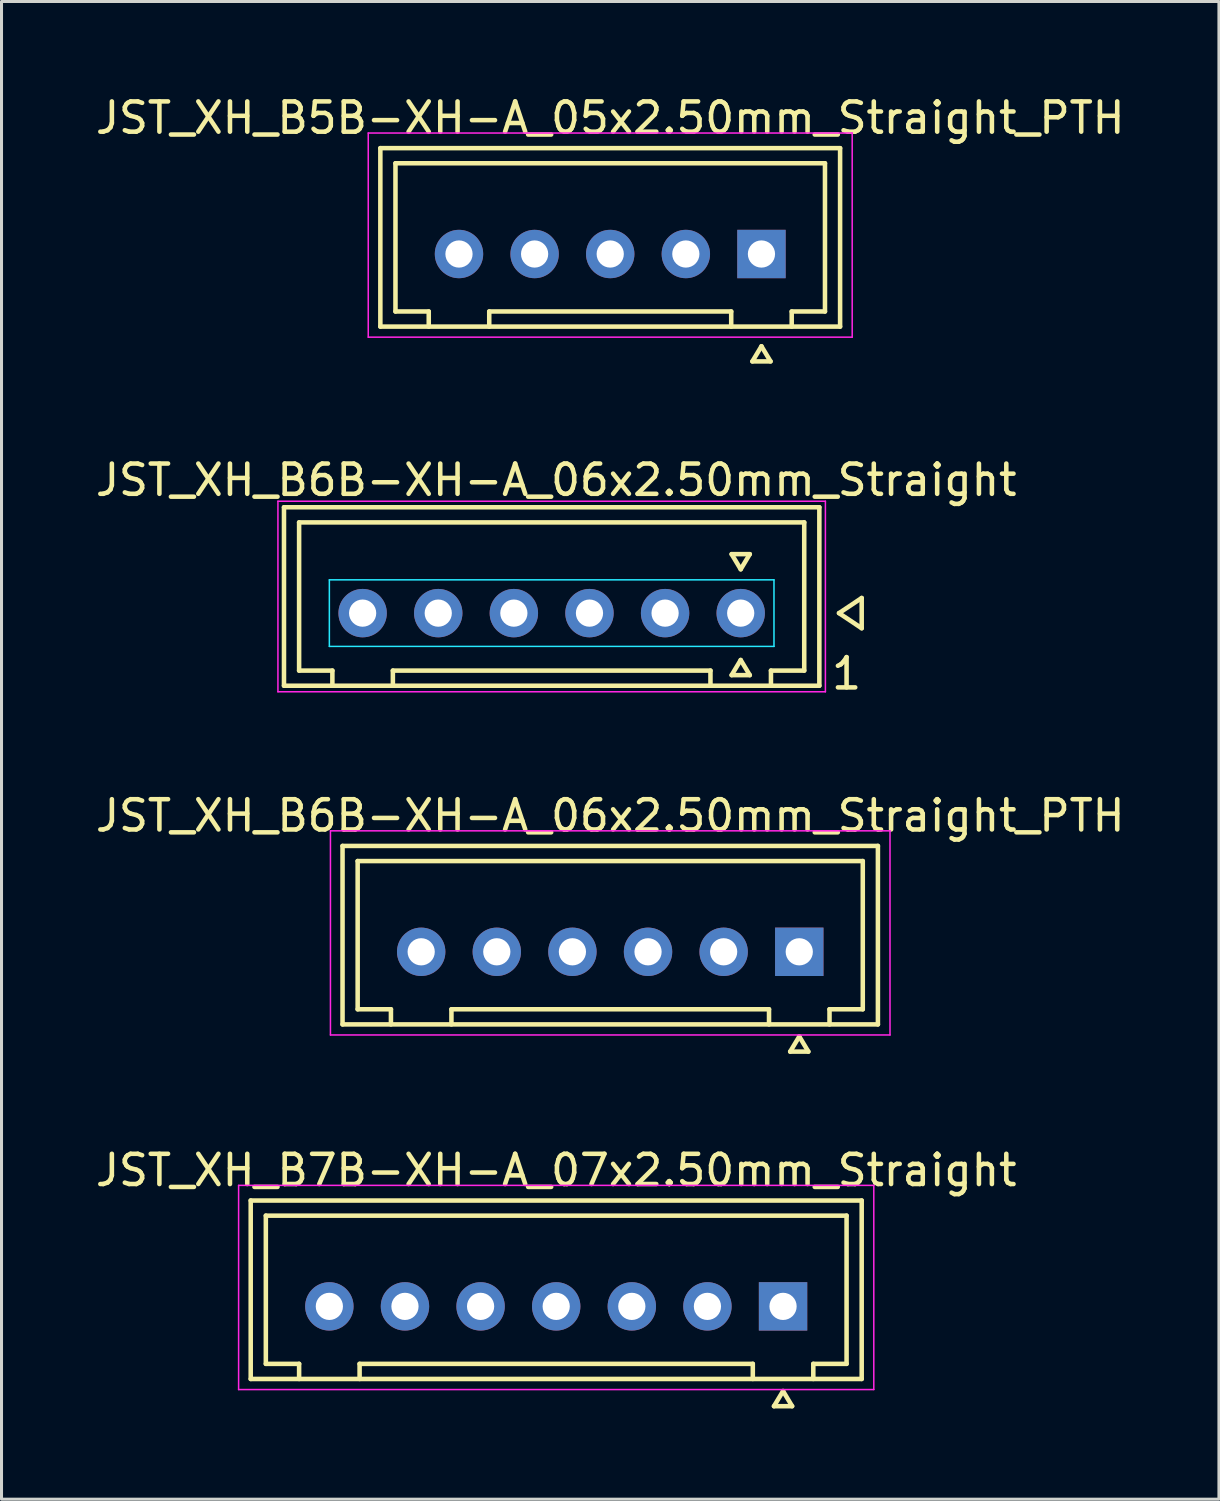
<source format=kicad_pcb>
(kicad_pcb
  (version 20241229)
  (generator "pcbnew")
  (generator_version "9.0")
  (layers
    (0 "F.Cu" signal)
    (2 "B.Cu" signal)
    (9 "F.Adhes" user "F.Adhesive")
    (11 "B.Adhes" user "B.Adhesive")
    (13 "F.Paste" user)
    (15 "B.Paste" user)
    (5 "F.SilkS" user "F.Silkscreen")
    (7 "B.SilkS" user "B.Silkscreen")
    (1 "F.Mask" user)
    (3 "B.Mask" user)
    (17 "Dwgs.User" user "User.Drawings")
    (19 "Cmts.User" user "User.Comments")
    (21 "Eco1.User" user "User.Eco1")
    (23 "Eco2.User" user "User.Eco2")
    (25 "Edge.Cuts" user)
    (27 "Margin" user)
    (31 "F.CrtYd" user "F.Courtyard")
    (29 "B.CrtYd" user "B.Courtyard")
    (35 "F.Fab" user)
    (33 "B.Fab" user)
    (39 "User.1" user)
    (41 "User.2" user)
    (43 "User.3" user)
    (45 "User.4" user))
  (footprint "JST_XH_B6B-XH-A_06x2.50mm_Straight"
    (layer "F.Cu")
    (at 21.439 17.221)
    (property "Reference" "JST_XH_B6B-XH-A_06x2.50mm_Straight" (at -6.1 -4.4 0) (layer "F.SilkS") (effects (font (size 1 1) (thickness 0.15))))
    (attr through_hole)
    (fp_line (start -15.1 -3.5) (end -15.1 2.4) (stroke (width 0.15) (type solid)) (layer "F.SilkS"))
    (fp_line (start -15.1 2.4) (end 2.6 2.4) (stroke (width 0.15) (type solid)) (layer "F.SilkS"))
    (fp_line (start -14.6 -3) (end 2.1 -3) (stroke (width 0.15) (type solid)) (layer "F.SilkS"))
    (fp_line (start -14.6 1.9) (end -14.6 -3) (stroke (width 0.15) (type solid)) (layer "F.SilkS"))
    (fp_line (start -13.5 1.9) (end -14.6 1.9) (stroke (width 0.15) (type solid)) (layer "F.SilkS"))
    (fp_line (start -13.5 2.4) (end -13.5 1.9) (stroke (width 0.15) (type solid)) (layer "F.SilkS"))
    (fp_line (start -11.5 1.9) (end -11.5 2.4) (stroke (width 0.15) (type solid)) (layer "F.SilkS"))
    (fp_line (start -1 1.9) (end -11.5 1.9) (stroke (width 0.15) (type solid)) (layer "F.SilkS"))
    (fp_line (start -1 2.4) (end -1 1.9) (stroke (width 0.15) (type solid)) (layer "F.SilkS"))
    (fp_line (start -0.3 -1.95) (end 0.3 -1.95) (stroke (width 0.15) (type solid)) (layer "F.SilkS"))
    (fp_line (start -0.3 2.05) (end 0 1.55) (stroke (width 0.15) (type solid)) (layer "F.SilkS"))
    (fp_line (start 0 -1.45) (end -0.3 -1.95) (stroke (width 0.15) (type solid)) (layer "F.SilkS"))
    (fp_line (start 0 1.55) (end 0.3 2.05) (stroke (width 0.15) (type solid)) (layer "F.SilkS"))
    (fp_line (start 0.3 -1.95) (end 0 -1.45) (stroke (width 0.15) (type solid)) (layer "F.SilkS"))
    (fp_line (start 0.3 2.05) (end -0.3 2.05) (stroke (width 0.15) (type solid)) (layer "F.SilkS"))
    (fp_line (start 1 1.9) (end 1 2.4) (stroke (width 0.15) (type solid)) (layer "F.SilkS"))
    (fp_line (start 2.1 -3) (end 2.1 1.9) (stroke (width 0.15) (type solid)) (layer "F.SilkS"))
    (fp_line (start 2.1 1.9) (end 1 1.9) (stroke (width 0.15) (type solid)) (layer "F.SilkS"))
    (fp_line (start 2.6 -3.5) (end -15.1 -3.5) (stroke (width 0.15) (type solid)) (layer "F.SilkS"))
    (fp_line (start 2.6 -3.5) (end 2.6 2.4) (stroke (width 0.15) (type solid)) (layer "F.SilkS"))
    (fp_line (start 3.25 0) (end 4 -0.5) (stroke (width 0.15) (type solid)) (layer "F.SilkS"))
    (fp_line (start 4 -0.5) (end 4 0.5) (stroke (width 0.15) (type solid)) (layer "F.SilkS"))
    (fp_line (start 4 0.5) (end 3.25 0) (stroke (width 0.15) (type solid)) (layer "F.SilkS"))
    (fp_line (start -13.6 -1.1) (end 1.1 -1.1) (stroke (width 0.05) (type solid)) (layer "B.CrtYd"))
    (fp_line (start -13.6 1.1) (end -13.6 -1.1) (stroke (width 0.05) (type solid)) (layer "B.CrtYd"))
    (fp_line (start 1.1 -1.1) (end 1.1 1.1) (stroke (width 0.05) (type solid)) (layer "B.CrtYd"))
    (fp_line (start 1.1 1.1) (end -13.6 1.1) (stroke (width 0.05) (type solid)) (layer "B.CrtYd"))
    (fp_line (start -15.3 -3.7) (end 2.8 -3.7) (stroke (width 0.05) (type solid)) (layer "F.CrtYd"))
    (fp_line (start -15.3 2.6) (end -15.3 -3.7) (stroke (width 0.05) (type solid)) (layer "F.CrtYd"))
    (fp_line (start 2.8 -3.7) (end 2.8 2.6) (stroke (width 0.05) (type solid)) (layer "F.CrtYd"))
    (fp_line (start 2.8 2.6) (end -15.3 2.6) (stroke (width 0.05) (type solid)) (layer "F.CrtYd"))
    (fp_text user "1" (at 3.5 2 0) (layer "F.SilkS") (effects (font (size 1 1) (thickness 0.15))))
    (pad "1" thru_hole circle (at 0 0) (size 1.6 1.6) (drill 0.9) (layers "*.Cu" "*.Mask"))
    (pad "2" thru_hole circle (at -2.5 0) (size 1.6 1.6) (drill 0.9) (layers "*.Cu" "*.Mask"))
    (pad "4" thru_hole circle (at -7.5 0) (size 1.6 1.6) (drill 0.9) (layers "*.Cu" "*.Mask"))
    (pad "5" thru_hole circle (at -10 0) (size 1.6 1.6) (drill 0.9) (layers "*.Cu" "*.Mask"))
    (pad "5" thru_hole circle (at -5 0) (size 1.6 1.6) (drill 0.9) (layers "*.Cu" "*.Mask"))
    (pad "6" thru_hole circle (at -12.5 0) (size 1.6 1.6) (drill 0.9) (layers "*.Cu" "*.Mask")))
  (footprint "JST_XH_B7B-XH-A_07x2.50mm_Straight"
    (layer "F.Cu")
    (at 22.839 40.141)
    (property "Reference" "JST_XH_B7B-XH-A_07x2.50mm_Straight" (at -7.5 -4.5 0) (layer "F.SilkS") (effects (font (size 1 1) (thickness 0.15))))
    (attr through_hole)
    (fp_line (start -17.6 -3.5) (end -17.6 2.4) (stroke (width 0.15) (type solid)) (layer "F.SilkS"))
    (fp_line (start -17.6 2.4) (end 2.6 2.4) (stroke (width 0.15) (type solid)) (layer "F.SilkS"))
    (fp_line (start -17.1 -3) (end 2.1 -3) (stroke (width 0.15) (type solid)) (layer "F.SilkS"))
    (fp_line (start -17.1 1.9) (end -17.1 -3) (stroke (width 0.15) (type solid)) (layer "F.SilkS"))
    (fp_line (start -16 1.9) (end -17.1 1.9) (stroke (width 0.15) (type solid)) (layer "F.SilkS"))
    (fp_line (start -16 2.4) (end -16 1.9) (stroke (width 0.15) (type solid)) (layer "F.SilkS"))
    (fp_line (start -14 1.9) (end -14 2.4) (stroke (width 0.15) (type solid)) (layer "F.SilkS"))
    (fp_line (start -1 1.9) (end -14 1.9) (stroke (width 0.15) (type solid)) (layer "F.SilkS"))
    (fp_line (start -1 2.4) (end -1 1.9) (stroke (width 0.15) (type solid)) (layer "F.SilkS"))
    (fp_line (start -0.3 3.3) (end 0 2.8) (stroke (width 0.15) (type solid)) (layer "F.SilkS"))
    (fp_line (start 0 2.8) (end 0.3 3.3) (stroke (width 0.15) (type solid)) (layer "F.SilkS"))
    (fp_line (start 0.3 3.3) (end -0.3 3.3) (stroke (width 0.15) (type solid)) (layer "F.SilkS"))
    (fp_line (start 1 1.9) (end 1 2.4) (stroke (width 0.15) (type solid)) (layer "F.SilkS"))
    (fp_line (start 2.1 -3) (end 2.1 1.9) (stroke (width 0.15) (type solid)) (layer "F.SilkS"))
    (fp_line (start 2.1 1.9) (end 1 1.9) (stroke (width 0.15) (type solid)) (layer "F.SilkS"))
    (fp_line (start 2.6 -3.5) (end -17.6 -3.5) (stroke (width 0.15) (type solid)) (layer "F.SilkS"))
    (fp_line (start 2.6 -3.5) (end 2.6 2.4) (stroke (width 0.15) (type solid)) (layer "F.SilkS"))
    (fp_line (start -18 -4) (end 3 -4) (stroke (width 0.05) (type solid)) (layer "F.CrtYd"))
    (fp_line (start -18 2.75) (end -18 -4) (stroke (width 0.05) (type solid)) (layer "F.CrtYd"))
    (fp_line (start 3 -4) (end 3 2.75) (stroke (width 0.05) (type solid)) (layer "F.CrtYd"))
    (fp_line (start 3 2.75) (end -18 2.75) (stroke (width 0.05) (type solid)) (layer "F.CrtYd"))
    (pad "1" thru_hole rect (at 0 0) (size 1.6 1.6) (drill 0.9) (layers "*.Cu" "*.Mask"))
    (pad "2" thru_hole circle (at -2.5 0) (size 1.6 1.6) (drill 0.9) (layers "*.Cu" "*.Mask"))
    (pad "3" thru_hole circle (at -5 0) (size 1.6 1.6) (drill 0.9) (layers "*.Cu" "*.Mask"))
    (pad "4" thru_hole circle (at -7.5 0) (size 1.6 1.6) (drill 0.9) (layers "*.Cu" "*.Mask"))
    (pad "5" thru_hole circle (at -10 0) (size 1.6 1.6) (drill 0.9) (layers "*.Cu" "*.Mask"))
    (pad "6" thru_hole circle (at -12.5 0) (size 1.6 1.6) (drill 0.9) (layers "*.Cu" "*.Mask"))
    (pad "7" thru_hole circle (at -15 0) (size 1.6 1.6) (drill 0.9) (layers "*.Cu" "*.Mask")))
  (footprint "JST_XH_B6B-XH-A_06x2.50mm_Straight_PTH"
    (layer "F.Cu")
    (at 23.375 28.418)
    (property "Reference" "JST_XH_B6B-XH-A_06x2.50mm_Straight_PTH" (at -6.25 -4.5 0) (layer "F.SilkS") (effects (font (size 1 1) (thickness 0.15))))
    (attr through_hole)
    (fp_line (start -15.1 -3.5) (end -15.1 2.4) (stroke (width 0.15) (type solid)) (layer "F.SilkS"))
    (fp_line (start -15.1 2.4) (end 2.6 2.4) (stroke (width 0.15) (type solid)) (layer "F.SilkS"))
    (fp_line (start -14.6 -3) (end 2.1 -3) (stroke (width 0.15) (type solid)) (layer "F.SilkS"))
    (fp_line (start -14.6 1.9) (end -14.6 -3) (stroke (width 0.15) (type solid)) (layer "F.SilkS"))
    (fp_line (start -13.5 1.9) (end -14.6 1.9) (stroke (width 0.15) (type solid)) (layer "F.SilkS"))
    (fp_line (start -13.5 2.4) (end -13.5 1.9) (stroke (width 0.15) (type solid)) (layer "F.SilkS"))
    (fp_line (start -11.5 1.9) (end -11.5 2.4) (stroke (width 0.15) (type solid)) (layer "F.SilkS"))
    (fp_line (start -1 1.9) (end -11.5 1.9) (stroke (width 0.15) (type solid)) (layer "F.SilkS"))
    (fp_line (start -1 2.4) (end -1 1.9) (stroke (width 0.15) (type solid)) (layer "F.SilkS"))
    (fp_line (start -0.3 3.3) (end 0 2.8) (stroke (width 0.15) (type solid)) (layer "F.SilkS"))
    (fp_line (start 0 2.8) (end 0.3 3.3) (stroke (width 0.15) (type solid)) (layer "F.SilkS"))
    (fp_line (start 0.3 3.3) (end -0.3 3.3) (stroke (width 0.15) (type solid)) (layer "F.SilkS"))
    (fp_line (start 1 1.9) (end 1 2.4) (stroke (width 0.15) (type solid)) (layer "F.SilkS"))
    (fp_line (start 2.1 -3) (end 2.1 1.9) (stroke (width 0.15) (type solid)) (layer "F.SilkS"))
    (fp_line (start 2.1 1.9) (end 1 1.9) (stroke (width 0.15) (type solid)) (layer "F.SilkS"))
    (fp_line (start 2.6 -3.5) (end -15.1 -3.5) (stroke (width 0.15) (type solid)) (layer "F.SilkS"))
    (fp_line (start 2.6 -3.5) (end 2.6 2.4) (stroke (width 0.15) (type solid)) (layer "F.SilkS"))
    (fp_line (start -15.5 -4) (end 3 -4) (stroke (width 0.05) (type solid)) (layer "F.CrtYd"))
    (fp_line (start -15.5 2.75) (end -15.5 -4) (stroke (width 0.05) (type solid)) (layer "F.CrtYd"))
    (fp_line (start 3 -4) (end 3 2.75) (stroke (width 0.05) (type solid)) (layer "F.CrtYd"))
    (fp_line (start 3 2.75) (end -15.5 2.75) (stroke (width 0.05) (type solid)) (layer "F.CrtYd"))
    (pad "1" thru_hole rect (at 0 0) (size 1.6 1.6) (drill 0.9) (layers "*.Cu" "*.Mask"))
    (pad "2" thru_hole circle (at -2.5 0) (size 1.6 1.6) (drill 0.9) (layers "*.Cu" "*.Mask"))
    (pad "3" thru_hole circle (at -5 0) (size 1.6 1.6) (drill 0.9) (layers "*.Cu" "*.Mask"))
    (pad "4" thru_hole circle (at -7.5 0) (size 1.6 1.6) (drill 0.9) (layers "*.Cu" "*.Mask"))
    (pad "5" thru_hole circle (at -10 0) (size 1.6 1.6) (drill 0.9) (layers "*.Cu" "*.Mask"))
    (pad "6" thru_hole circle (at -12.5 0) (size 1.6 1.6) (drill 0.9) (layers "*.Cu" "*.Mask")))
  (footprint "JST_XH_B5B-XH-A_05x2.50mm_Straight_PTH"
    (layer "F.Cu")
    (at 22.125 5.348)
    (property "Reference" "JST_XH_B5B-XH-A_05x2.50mm_Straight_PTH" (at -5 -4.5 0) (layer "F.SilkS") (effects (font (size 1 1) (thickness 0.15))))
    (attr through_hole)
    (fp_line (start -12.6 -3.5) (end -12.6 2.4) (stroke (width 0.15) (type solid)) (layer "F.SilkS"))
    (fp_line (start -12.6 2.4) (end 2.6 2.4) (stroke (width 0.15) (type solid)) (layer "F.SilkS"))
    (fp_line (start -12.1 -3) (end 2.1 -3) (stroke (width 0.15) (type solid)) (layer "F.SilkS"))
    (fp_line (start -12.1 1.9) (end -12.1 -3) (stroke (width 0.15) (type solid)) (layer "F.SilkS"))
    (fp_line (start -11 1.9) (end -12.1 1.9) (stroke (width 0.15) (type solid)) (layer "F.SilkS"))
    (fp_line (start -11 2.4) (end -11 1.9) (stroke (width 0.15) (type solid)) (layer "F.SilkS"))
    (fp_line (start -9 1.9) (end -9 2.4) (stroke (width 0.15) (type solid)) (layer "F.SilkS"))
    (fp_line (start -1 1.9) (end -9 1.9) (stroke (width 0.15) (type solid)) (layer "F.SilkS"))
    (fp_line (start -1 2.4) (end -1 1.9) (stroke (width 0.15) (type solid)) (layer "F.SilkS"))
    (fp_line (start -0.3 3.55) (end 0 3.05) (stroke (width 0.15) (type solid)) (layer "F.SilkS"))
    (fp_line (start 0 3.05) (end 0.3 3.55) (stroke (width 0.15) (type solid)) (layer "F.SilkS"))
    (fp_line (start 0.3 3.55) (end -0.3 3.55) (stroke (width 0.15) (type solid)) (layer "F.SilkS"))
    (fp_line (start 1 1.9) (end 1 2.4) (stroke (width 0.15) (type solid)) (layer "F.SilkS"))
    (fp_line (start 2.1 -3) (end 2.1 1.9) (stroke (width 0.15) (type solid)) (layer "F.SilkS"))
    (fp_line (start 2.1 1.9) (end 1 1.9) (stroke (width 0.15) (type solid)) (layer "F.SilkS"))
    (fp_line (start 2.6 -3.5) (end -12.6 -3.5) (stroke (width 0.15) (type solid)) (layer "F.SilkS"))
    (fp_line (start 2.6 -3.5) (end 2.6 2.4) (stroke (width 0.15) (type solid)) (layer "F.SilkS"))
    (fp_line (start -13 -4) (end 3 -4) (stroke (width 0.05) (type solid)) (layer "F.CrtYd"))
    (fp_line (start -13 2.75) (end -13 -4) (stroke (width 0.05) (type solid)) (layer "F.CrtYd"))
    (fp_line (start 3 -4) (end 3 2.75) (stroke (width 0.05) (type solid)) (layer "F.CrtYd"))
    (fp_line (start 3 2.75) (end -13 2.75) (stroke (width 0.05) (type solid)) (layer "F.CrtYd"))
    (pad "1" thru_hole rect (at 0 0) (size 1.6 1.6) (drill 0.9) (layers "*.Cu" "*.Mask"))
    (pad "2" thru_hole circle (at -2.5 0) (size 1.6 1.6) (drill 0.9) (layers "*.Cu" "*.Mask"))
    (pad "4" thru_hole circle (at -7.5 0) (size 1.6 1.6) (drill 0.9) (layers "*.Cu" "*.Mask"))
    (pad "5" thru_hole circle (at -10 0) (size 1.6 1.6) (drill 0.9) (layers "*.Cu" "*.Mask"))
    (pad "5" thru_hole circle (at -5 0) (size 1.6 1.6) (drill 0.9) (layers "*.Cu" "*.Mask")))
  (gr_rect
    (start -3 -3)
    (end 37.25 46.516)
    (stroke (width 0.1) (type default))
    (fill no)
    (layer "Edge.Cuts")))
</source>
